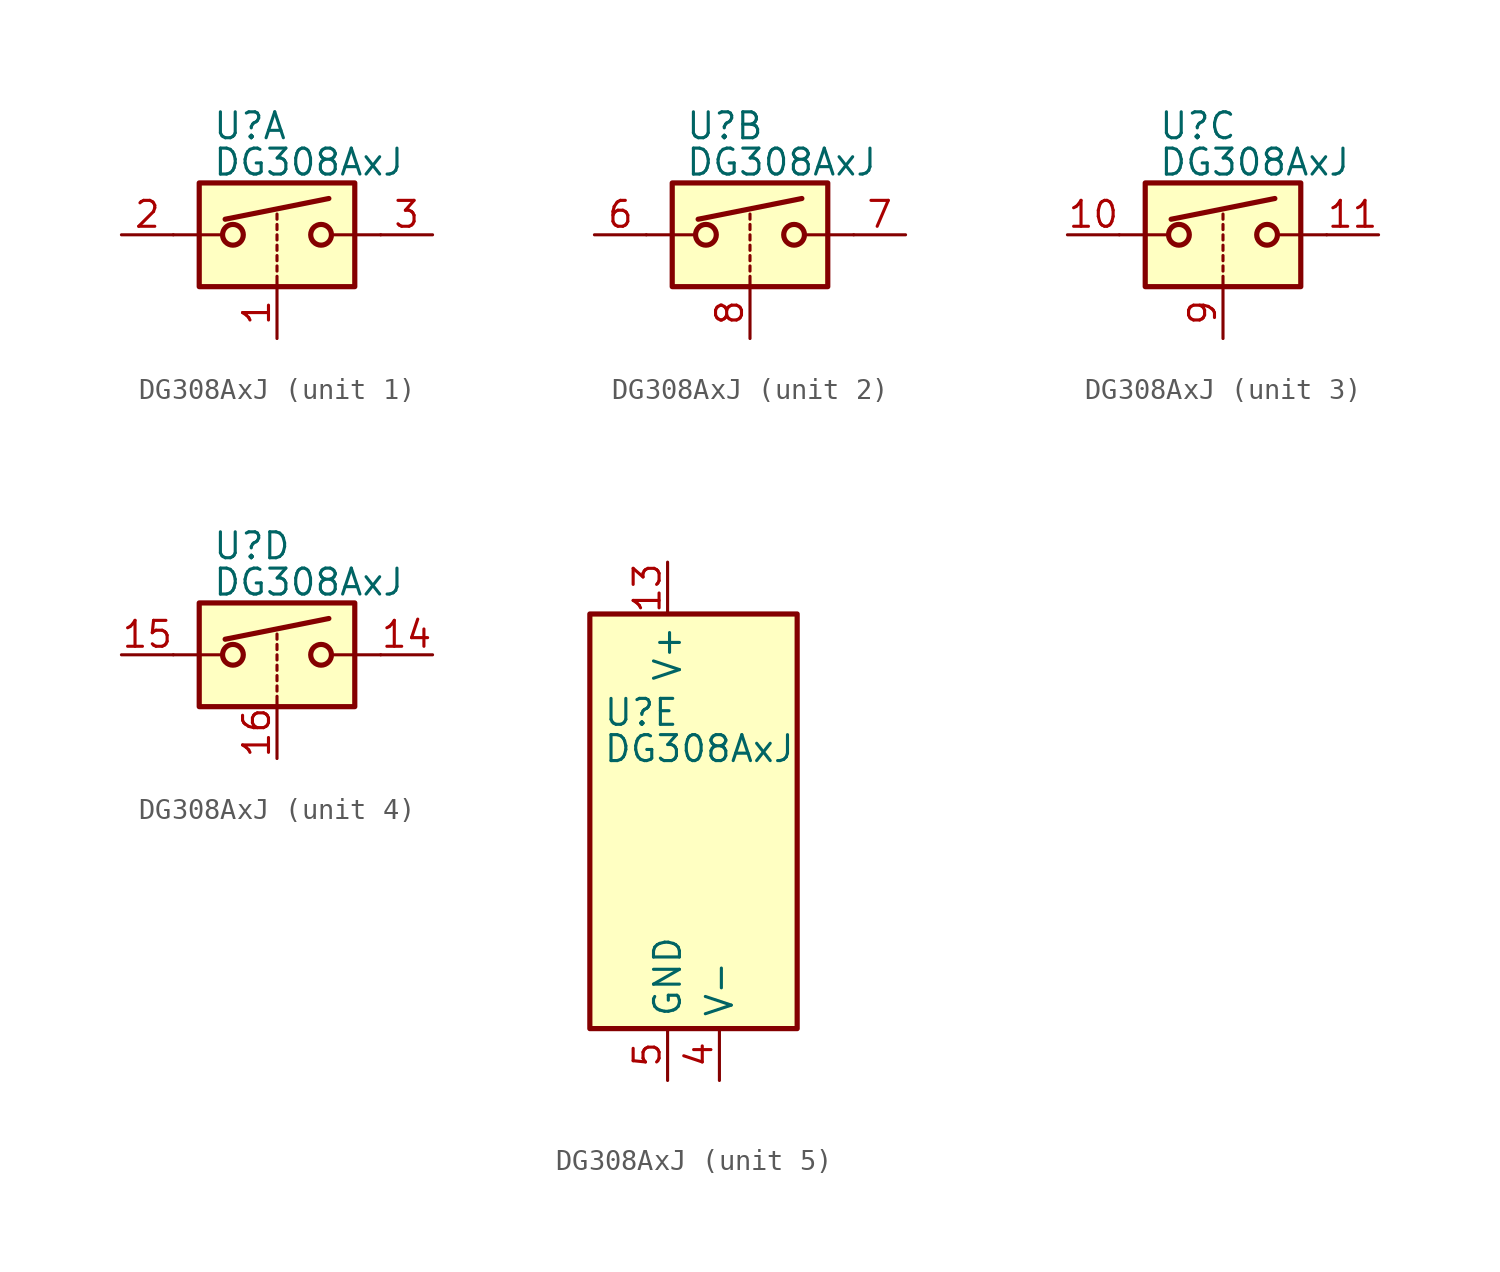
<source format=kicad_sym>
(kicad_symbol_lib
  (version 20200908)
  (generator kicad_symbol_editor)
  (symbol "Analog_Switch:DG308AxJ"
    (property "Reference" "U"
      (at -3.175 5.334 0)
      (effects (font (size 1.27 1.27)) (justify left)))
    (property "Value" "DG308AxJ"
      (at -3.175 3.556 0)
      (effects (font (size 1.27 1.27)) (justify left)))
    (symbol "DG308AxJ_1_1"
      (circle (center -2.159 0) (radius 0.508) (stroke (width 0.254)) (fill (type none)))
      (circle (center 2.159 0) (radius 0.508) (stroke (width 0.254)) (fill (type none)))
      (rectangle (start -3.81 2.54) (end 3.81 -2.54) (stroke (width 0.254)) (fill (type background)))
      (polyline (pts (xy -5.08 0) (xy -2.794 0)) (stroke (width 0)) (fill (type none)))
      (polyline (pts (xy -2.54 0.762) (xy 2.54 1.778)) (stroke (width 0.254)) (fill (type none)))
      (polyline (pts (xy 0 -2.54) (xy 0 -2.032)) (stroke (width 0)) (fill (type none)))
      (polyline (pts (xy 0 -1.778) (xy 0 -1.524)) (stroke (width 0)) (fill (type none)))
      (polyline (pts (xy 0 -1.27) (xy 0 -1.016)) (stroke (width 0)) (fill (type none)))
      (polyline (pts (xy 0 -0.762) (xy 0 -0.508)) (stroke (width 0)) (fill (type none)))
      (polyline (pts (xy 0 -0.254) (xy 0 0)) (stroke (width 0)) (fill (type none)))
      (polyline (pts (xy 0 0.254) (xy 0 0.508)) (stroke (width 0)) (fill (type none)))
      (polyline (pts (xy 0 0.762) (xy 0 1.016)) (stroke (width 0)) (fill (type none)))
      (polyline (pts (xy 5.08 0) (xy 2.794 0)) (stroke (width 0)) (fill (type none)))
      (pin input line (at 0 -5.08 90) (length 2.54) (name "~" (effects (font (size 1.27 1.27)))) (number "1" (effects (font (size 1.27 1.27)))))
      (pin passive line (at -7.62 0 0) (length 2.54) (name "~" (effects (font (size 1.27 1.27)))) (number "2" (effects (font (size 1.27 1.27)))))
      (pin passive line (at 7.62 0 180) (length 2.54) (name "~" (effects (font (size 1.27 1.27)))) (number "3" (effects (font (size 1.27 1.27))))))
    (symbol "DG308AxJ_2_1"
      (circle (center -2.159 0) (radius 0.508) (stroke (width 0.254)) (fill (type none)))
      (circle (center 2.159 0) (radius 0.508) (stroke (width 0.254)) (fill (type none)))
      (rectangle (start -3.81 2.54) (end 3.81 -2.54) (stroke (width 0.254)) (fill (type background)))
      (polyline (pts (xy -5.08 0) (xy -2.794 0)) (stroke (width 0)) (fill (type none)))
      (polyline (pts (xy -2.54 0.762) (xy 2.54 1.778)) (stroke (width 0.254)) (fill (type none)))
      (polyline (pts (xy 0 -2.54) (xy 0 -2.032)) (stroke (width 0)) (fill (type none)))
      (polyline (pts (xy 0 -1.778) (xy 0 -1.524)) (stroke (width 0)) (fill (type none)))
      (polyline (pts (xy 0 -1.27) (xy 0 -1.016)) (stroke (width 0)) (fill (type none)))
      (polyline (pts (xy 0 -0.762) (xy 0 -0.508)) (stroke (width 0)) (fill (type none)))
      (polyline (pts (xy 0 -0.254) (xy 0 0)) (stroke (width 0)) (fill (type none)))
      (polyline (pts (xy 0 0.254) (xy 0 0.508)) (stroke (width 0)) (fill (type none)))
      (polyline (pts (xy 0 0.762) (xy 0 1.016)) (stroke (width 0)) (fill (type none)))
      (polyline (pts (xy 5.08 0) (xy 2.794 0)) (stroke (width 0)) (fill (type none)))
      (pin passive line (at -7.62 0 0) (length 2.54) (name "~" (effects (font (size 1.27 1.27)))) (number "6" (effects (font (size 1.27 1.27)))))
      (pin passive line (at 7.62 0 180) (length 2.54) (name "~" (effects (font (size 1.27 1.27)))) (number "7" (effects (font (size 1.27 1.27)))))
      (pin input line (at 0 -5.08 90) (length 2.54) (name "~" (effects (font (size 1.27 1.27)))) (number "8" (effects (font (size 1.27 1.27))))))
    (symbol "DG308AxJ_3_1"
      (circle (center -2.159 0) (radius 0.508) (stroke (width 0.254)) (fill (type none)))
      (circle (center 2.159 0) (radius 0.508) (stroke (width 0.254)) (fill (type none)))
      (rectangle (start -3.81 2.54) (end 3.81 -2.54) (stroke (width 0.254)) (fill (type background)))
      (polyline (pts (xy -5.08 0) (xy -2.794 0)) (stroke (width 0)) (fill (type none)))
      (polyline (pts (xy -2.54 0.762) (xy 2.54 1.778)) (stroke (width 0.254)) (fill (type none)))
      (polyline (pts (xy 0 -2.54) (xy 0 -2.032)) (stroke (width 0)) (fill (type none)))
      (polyline (pts (xy 0 -1.778) (xy 0 -1.524)) (stroke (width 0)) (fill (type none)))
      (polyline (pts (xy 0 -1.27) (xy 0 -1.016)) (stroke (width 0)) (fill (type none)))
      (polyline (pts (xy 0 -0.762) (xy 0 -0.508)) (stroke (width 0)) (fill (type none)))
      (polyline (pts (xy 0 -0.254) (xy 0 0)) (stroke (width 0)) (fill (type none)))
      (polyline (pts (xy 0 0.254) (xy 0 0.508)) (stroke (width 0)) (fill (type none)))
      (polyline (pts (xy 0 0.762) (xy 0 1.016)) (stroke (width 0)) (fill (type none)))
      (polyline (pts (xy 5.08 0) (xy 2.794 0)) (stroke (width 0)) (fill (type none)))
      (pin passive line (at -7.62 0 0) (length 2.54) (name "~" (effects (font (size 1.27 1.27)))) (number "10" (effects (font (size 1.27 1.27)))))
      (pin passive line (at 7.62 0 180) (length 2.54) (name "~" (effects (font (size 1.27 1.27)))) (number "11" (effects (font (size 1.27 1.27)))))
      (pin input line (at 0 -5.08 90) (length 2.54) (name "~" (effects (font (size 1.27 1.27)))) (number "9" (effects (font (size 1.27 1.27))))))
    (symbol "DG308AxJ_4_1"
      (circle (center -2.159 0) (radius 0.508) (stroke (width 0.254)) (fill (type none)))
      (circle (center 2.159 0) (radius 0.508) (stroke (width 0.254)) (fill (type none)))
      (rectangle (start -3.81 2.54) (end 3.81 -2.54) (stroke (width 0.254)) (fill (type background)))
      (polyline (pts (xy -5.08 0) (xy -2.794 0)) (stroke (width 0)) (fill (type none)))
      (polyline (pts (xy -2.54 0.762) (xy 2.54 1.778)) (stroke (width 0.254)) (fill (type none)))
      (polyline (pts (xy 0 -2.54) (xy 0 -2.032)) (stroke (width 0)) (fill (type none)))
      (polyline (pts (xy 0 -1.778) (xy 0 -1.524)) (stroke (width 0)) (fill (type none)))
      (polyline (pts (xy 0 -1.27) (xy 0 -1.016)) (stroke (width 0)) (fill (type none)))
      (polyline (pts (xy 0 -0.762) (xy 0 -0.508)) (stroke (width 0)) (fill (type none)))
      (polyline (pts (xy 0 -0.254) (xy 0 0)) (stroke (width 0)) (fill (type none)))
      (polyline (pts (xy 0 0.254) (xy 0 0.508)) (stroke (width 0)) (fill (type none)))
      (polyline (pts (xy 0 0.762) (xy 0 1.016)) (stroke (width 0)) (fill (type none)))
      (polyline (pts (xy 5.08 0) (xy 2.794 0)) (stroke (width 0)) (fill (type none)))
      (pin passive line (at 7.62 0 180) (length 2.54) (name "~" (effects (font (size 1.27 1.27)))) (number "14" (effects (font (size 1.27 1.27)))))
      (pin passive line (at -7.62 0 0) (length 2.54) (name "~" (effects (font (size 1.27 1.27)))) (number "15" (effects (font (size 1.27 1.27)))))
      (pin input line (at 0 -5.08 90) (length 2.54) (name "~" (effects (font (size 1.27 1.27)))) (number "16" (effects (font (size 1.27 1.27))))))
    (symbol "DG308AxJ_5_1"
      (rectangle (start -3.81 10.16) (end 6.35 -10.16) (stroke (width 0.254)) (fill (type background))))
    (symbol "DG308AxJ_5_0"
      (pin unconnected line (at 2.54 10.16 270) (length 2.54) hide (name "NC" (effects (font (size 1.27 1.27)))) (number "12" (effects (font (size 1.27 1.27)))))
      (pin power_in line (at 0 12.7 270) (length 2.54) (name "V+" (effects (font (size 1.27 1.27)))) (number "13" (effects (font (size 1.27 1.27)))))
      (pin power_in line (at 2.54 -12.7 90) (length 2.54) (name "V-" (effects (font (size 1.27 1.27)))) (number "4" (effects (font (size 1.27 1.27)))))
      (pin power_in line (at 0 -12.7 90) (length 2.54) (name "GND" (effects (font (size 1.27 1.27)))) (number "5" (effects (font (size 1.27 1.27))))))))
</source>
